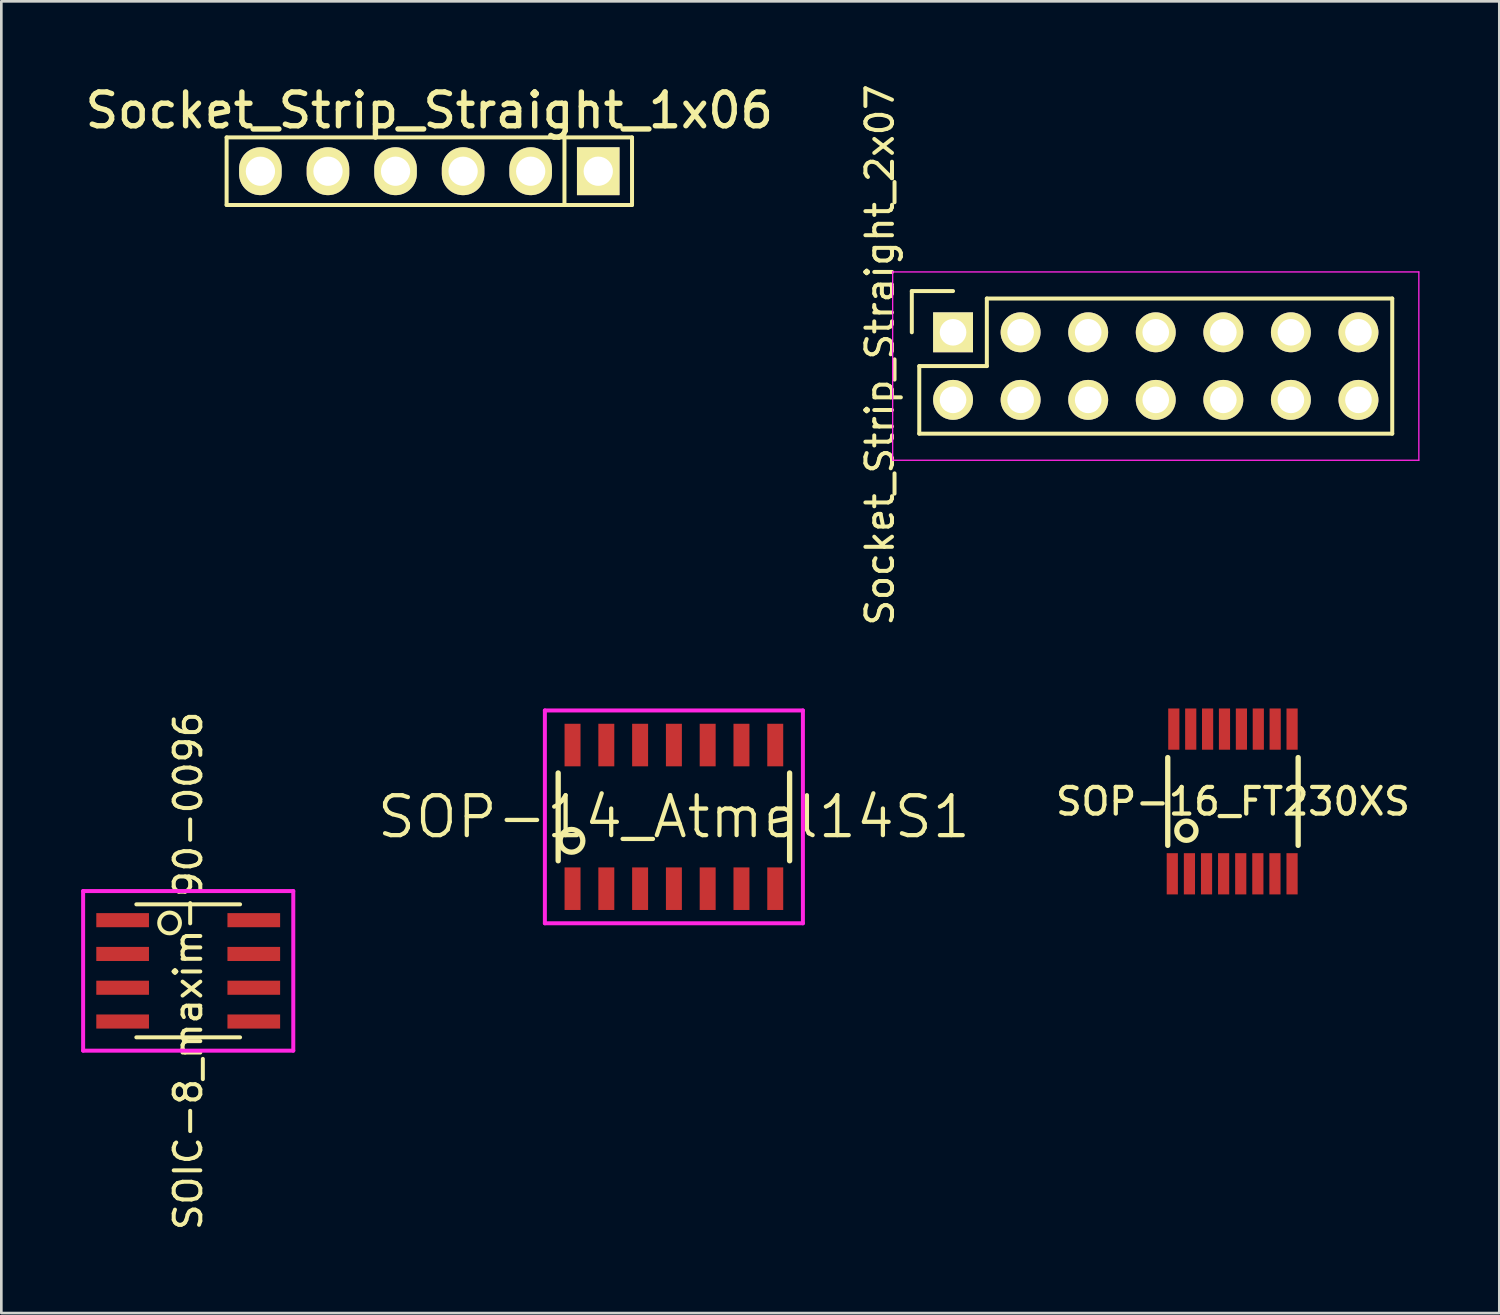
<source format=kicad_pcb>
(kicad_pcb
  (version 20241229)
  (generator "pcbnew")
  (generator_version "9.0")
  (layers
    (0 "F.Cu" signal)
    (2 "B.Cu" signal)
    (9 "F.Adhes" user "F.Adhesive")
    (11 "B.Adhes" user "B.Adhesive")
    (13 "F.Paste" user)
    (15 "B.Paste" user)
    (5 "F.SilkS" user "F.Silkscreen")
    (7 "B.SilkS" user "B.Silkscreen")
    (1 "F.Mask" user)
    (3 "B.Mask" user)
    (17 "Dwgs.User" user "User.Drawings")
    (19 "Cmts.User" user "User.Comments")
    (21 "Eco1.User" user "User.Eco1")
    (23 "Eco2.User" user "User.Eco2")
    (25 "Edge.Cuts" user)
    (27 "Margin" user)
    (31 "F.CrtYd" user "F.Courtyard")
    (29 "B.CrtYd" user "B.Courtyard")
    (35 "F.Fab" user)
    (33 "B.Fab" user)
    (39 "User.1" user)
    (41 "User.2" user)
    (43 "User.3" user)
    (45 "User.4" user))
  (footprint "SOP-16_FT230XS"
    (layer "F.Cu")
    (at 43.299 27.078)
    (property "Reference" "SOP-16_FT230XS" (at 0 0 0) (layer "F.SilkS") (effects (font (size 1 1) (thickness 0.16))))
    (attr through_hole)
    (fp_line (start -2.451 -1.65) (end -2.451 1.65) (stroke (width 0.2) (type solid)) (layer "F.SilkS"))
    (fp_line (start 2.451 -1.65) (end 2.451 1.65) (stroke (width 0.2) (type solid)) (layer "F.SilkS"))
    (fp_circle (center -1.75 1.1) (end -1.95 1.4) (stroke (width 0.2) (type solid)) (fill no) (layer "F.SilkS"))
    (pad "1" smd rect (at -2.28 2.72) (size 0.42 1.55) (layers "F.Cu" "F.Mask" "F.Paste"))
    (pad "2" smd rect (at -1.636 2.72) (size 0.42 1.55) (layers "F.Cu" "F.Mask" "F.Paste"))
    (pad "3" smd rect (at -0.993 2.72) (size 0.42 1.55) (layers "F.Cu" "F.Mask" "F.Paste"))
    (pad "4" smd rect (at -0.35 2.72) (size 0.42 1.55) (layers "F.Cu" "F.Mask" "F.Paste"))
    (pad "5" smd rect (at 0.293 2.72) (size 0.42 1.55) (layers "F.Cu" "F.Mask" "F.Paste"))
    (pad "6" smd rect (at 0.936 2.72) (size 0.42 1.55) (layers "F.Cu" "F.Mask" "F.Paste"))
    (pad "7" smd rect (at 1.579 2.72) (size 0.42 1.55) (layers "F.Cu" "F.Mask" "F.Paste"))
    (pad "8" smd rect (at 2.222 2.72) (size 0.42 1.55) (layers "F.Cu" "F.Mask" "F.Paste"))
    (pad "9" smd rect (at 2.223 -2.72) (size 0.42 1.55) (layers "F.Cu" "F.Mask" "F.Paste"))
    (pad "10" smd rect (at 1.587 -2.72) (size 0.42 1.55) (layers "F.Cu" "F.Mask" "F.Paste"))
    (pad "11" smd rect (at 0.953 -2.72) (size 0.42 1.55) (layers "F.Cu" "F.Mask" "F.Paste"))
    (pad "12" smd rect (at 0.318 -2.72) (size 0.42 1.55) (layers "F.Cu" "F.Mask" "F.Paste"))
    (pad "13" smd rect (at -0.318 -2.72) (size 0.42 1.55) (layers "F.Cu" "F.Mask" "F.Paste"))
    (pad "14" smd rect (at -0.953 -2.72) (size 0.42 1.55) (layers "F.Cu" "F.Mask" "F.Paste"))
    (pad "15" smd rect (at -1.587 -2.72) (size 0.42 1.55) (layers "F.Cu" "F.Mask" "F.Paste"))
    (pad "16" smd rect (at -2.223 -2.72) (size 0.42 1.55) (layers "F.Cu" "F.Mask" "F.Paste")))
  (footprint "Socket_Strip_Straight_1x06"
    (layer "F.Cu")
    (at 13.089 3.386)
    (property "Reference" "Socket_Strip_Straight_1x06" (at 0 -2.286 0) (layer "F.SilkS") (effects (font (size 1.27 1.27) (thickness 0.203))))
    (attr through_hole)
    (fp_line (start -7.62 -1.27) (end -7.62 1.27) (stroke (width 0.15) (type solid)) (layer "F.SilkS"))
    (fp_line (start -7.62 1.27) (end 5.08 1.27) (stroke (width 0.15) (type solid)) (layer "F.SilkS"))
    (fp_line (start 5.08 -1.27) (end -7.62 -1.27) (stroke (width 0.15) (type solid)) (layer "F.SilkS"))
    (fp_line (start 5.08 -1.27) (end 5.08 1.27) (stroke (width 0.15) (type solid)) (layer "F.SilkS"))
    (fp_line (start 7.62 -1.27) (end 5.08 -1.27) (stroke (width 0.15) (type solid)) (layer "F.SilkS"))
    (fp_line (start 7.62 -1.27) (end 7.62 1.27) (stroke (width 0.15) (type solid)) (layer "F.SilkS"))
    (fp_line (start 7.62 1.27) (end 5.08 1.27) (stroke (width 0.15) (type solid)) (layer "F.SilkS"))
    (pad "1" thru_hole rect (at 6.35 0 180) (size 1.6 1.8) (drill 1.1) (layers "*.Cu" "*.Mask" "F.SilkS"))
    (pad "2" thru_hole oval (at 3.81 0 180) (size 1.6 1.8) (drill 1.1) (layers "*.Cu" "*.Mask" "F.SilkS"))
    (pad "3" thru_hole oval (at 1.27 0 180) (size 1.6 1.8) (drill 1.1) (layers "*.Cu" "*.Mask" "F.SilkS"))
    (pad "4" thru_hole oval (at -1.27 0 180) (size 1.6 1.8) (drill 1.1) (layers "*.Cu" "*.Mask" "F.SilkS"))
    (pad "5" thru_hole oval (at -3.81 0 180) (size 1.6 1.8) (drill 1.1) (layers "*.Cu" "*.Mask" "F.SilkS"))
    (pad "6" thru_hole oval (at -6.35 0 180) (size 1.6 1.8) (drill 1.1) (layers "*.Cu" "*.Mask" "F.SilkS")))
  (footprint "Socket_Strip_Straight_2x07"
    (layer "F.Cu")
    (at 32.777 9.442)
    (property "Reference" "Socket_Strip_Straight_2x07" (at -2.75 0.85 90) (layer "F.SilkS") (effects (font (size 1 1) (thickness 0.15))))
    (attr through_hole)
    (fp_line (start -1.55 -1.55) (end -1.55 0) (stroke (width 0.15) (type solid)) (layer "F.SilkS"))
    (fp_line (start -1.27 1.27) (end 1.27 1.27) (stroke (width 0.15) (type solid)) (layer "F.SilkS"))
    (fp_line (start -1.27 3.81) (end -1.27 1.27) (stroke (width 0.15) (type solid)) (layer "F.SilkS"))
    (fp_line (start 0 -1.55) (end -1.55 -1.55) (stroke (width 0.15) (type solid)) (layer "F.SilkS"))
    (fp_line (start 1.27 -1.27) (end 16.51 -1.27) (stroke (width 0.15) (type solid)) (layer "F.SilkS"))
    (fp_line (start 1.27 1.27) (end 1.27 -1.27) (stroke (width 0.15) (type solid)) (layer "F.SilkS"))
    (fp_line (start 16.51 3.81) (end -1.27 3.81) (stroke (width 0.15) (type solid)) (layer "F.SilkS"))
    (fp_line (start 16.51 3.81) (end 16.51 -1.27) (stroke (width 0.15) (type solid)) (layer "F.SilkS"))
    (fp_line (start -2.27 -2.27) (end -2.27 4.81) (stroke (width 0.05) (type solid)) (layer "F.CrtYd"))
    (fp_line (start -2.27 -2.27) (end 17.51 -2.27) (stroke (width 0.05) (type solid)) (layer "F.CrtYd"))
    (fp_line (start -2.27 4.81) (end 17.51 4.81) (stroke (width 0.05) (type solid)) (layer "F.CrtYd"))
    (fp_line (start 17.51 -2.27) (end 17.51 4.81) (stroke (width 0.05) (type solid)) (layer "F.CrtYd"))
    (pad "1" thru_hole rect (at 0 0) (size 1.5 1.5) (drill 1) (layers "*.Cu" "*.Mask" "F.SilkS"))
    (pad "2" thru_hole circle (at 0 2.54) (size 1.5 1.5) (drill 1) (layers "*.Cu" "*.Mask" "F.SilkS"))
    (pad "3" thru_hole circle (at 2.54 0) (size 1.5 1.5) (drill 1) (layers "*.Cu" "*.Mask" "F.SilkS"))
    (pad "4" thru_hole circle (at 2.54 2.54) (size 1.5 1.5) (drill 1) (layers "*.Cu" "*.Mask" "F.SilkS"))
    (pad "5" thru_hole circle (at 5.08 0) (size 1.5 1.5) (drill 1) (layers "*.Cu" "*.Mask" "F.SilkS"))
    (pad "6" thru_hole circle (at 5.08 2.54) (size 1.5 1.5) (drill 1) (layers "*.Cu" "*.Mask" "F.SilkS"))
    (pad "7" thru_hole circle (at 7.62 0) (size 1.5 1.5) (drill 1) (layers "*.Cu" "*.Mask" "F.SilkS"))
    (pad "8" thru_hole circle (at 7.62 2.54) (size 1.5 1.5) (drill 1) (layers "*.Cu" "*.Mask" "F.SilkS"))
    (pad "9" thru_hole circle (at 10.16 0) (size 1.5 1.5) (drill 1) (layers "*.Cu" "*.Mask" "F.SilkS"))
    (pad "10" thru_hole circle (at 10.16 2.54) (size 1.5 1.5) (drill 1) (layers "*.Cu" "*.Mask" "F.SilkS"))
    (pad "11" thru_hole circle (at 12.7 0) (size 1.5 1.5) (drill 1) (layers "*.Cu" "*.Mask" "F.SilkS"))
    (pad "12" thru_hole circle (at 12.7 2.54) (size 1.5 1.5) (drill 1) (layers "*.Cu" "*.Mask" "F.SilkS"))
    (pad "13" thru_hole circle (at 15.24 0) (size 1.5 1.5) (drill 1) (layers "*.Cu" "*.Mask" "F.SilkS"))
    (pad "14" thru_hole circle (at 15.24 2.54) (size 1.5 1.5) (drill 1) (layers "*.Cu" "*.Mask" "F.SilkS")))
  (footprint "SOIC-8_maxim-90-0096"
    (layer "F.Cu")
    (at 4.025 33.446)
    (property "Reference" "SOIC-8_maxim-90-0096" (at 0 0 90) (layer "F.SilkS") (effects (font (size 1 1) (thickness 0.15))))
    (attr through_hole)
    (fp_line (start -1.95 -2.5) (end 1.95 -2.5) (stroke (width 0.15) (type solid)) (layer "F.SilkS"))
    (fp_line (start -1.95 2.5) (end 1.95 2.5) (stroke (width 0.15) (type solid)) (layer "F.SilkS"))
    (fp_circle (center -0.7 -1.8) (end -0.4 -1.55) (stroke (width 0.15) (type solid)) (fill no) (layer "F.SilkS"))
    (fp_line (start -3.95 -3) (end 3.95 -3) (stroke (width 0.15) (type solid)) (layer "F.CrtYd"))
    (fp_line (start -3.95 3) (end -3.95 -3) (stroke (width 0.15) (type solid)) (layer "F.CrtYd"))
    (fp_line (start 3.95 -3) (end 3.95 3) (stroke (width 0.15) (type solid)) (layer "F.CrtYd"))
    (fp_line (start 3.95 3) (end -3.95 3) (stroke (width 0.15) (type solid)) (layer "F.CrtYd"))
    (pad "1" smd rect (at -2.465 -1.905) (size 1.98 0.53) (layers "F.Cu" "F.Mask" "F.Paste"))
    (pad "2" smd rect (at -2.465 -0.635) (size 1.98 0.53) (layers "F.Cu" "F.Mask" "F.Paste"))
    (pad "3" smd rect (at -2.465 0.635) (size 1.98 0.53) (layers "F.Cu" "F.Mask" "F.Paste"))
    (pad "4" smd rect (at -2.465 1.905) (size 1.98 0.53) (layers "F.Cu" "F.Mask" "F.Paste"))
    (pad "5" smd rect (at 2.465 1.905) (size 1.98 0.53) (layers "F.Cu" "F.Mask" "F.Paste"))
    (pad "6" smd rect (at 2.465 0.635) (size 1.98 0.53) (layers "F.Cu" "F.Mask" "F.Paste"))
    (pad "7" smd rect (at 2.465 -0.635) (size 1.98 0.53) (layers "F.Cu" "F.Mask" "F.Paste"))
    (pad "8" smd rect (at 2.465 -1.905) (size 1.98 0.53) (layers "F.Cu" "F.Mask" "F.Paste")))
  (footprint "SOP-14_Atmel14S1"
    (layer "F.Cu")
    (at 22.283 27.658)
    (property "Reference" "SOP-14_Atmel14S1" (at 0 0 0) (layer "F.SilkS") (effects (font (size 1.5 1.5) (thickness 0.16))))
    (attr through_hole)
    (fp_line (start -4.35 -1.65) (end -4.35 1.65) (stroke (width 0.2) (type solid)) (layer "F.SilkS"))
    (fp_line (start 4.35 -1.65) (end 4.35 1.65) (stroke (width 0.2) (type solid)) (layer "F.SilkS"))
    (fp_circle (center -3.85 0.9) (end -3.45 0.75) (stroke (width 0.2) (type solid)) (fill no) (layer "F.SilkS"))
    (fp_line (start -4.85 -4) (end -4.85 4) (stroke (width 0.15) (type solid)) (layer "F.CrtYd"))
    (fp_line (start -4.85 4) (end 4.85 4) (stroke (width 0.15) (type solid)) (layer "F.CrtYd"))
    (fp_line (start 4.85 -4) (end -4.85 -4) (stroke (width 0.15) (type solid)) (layer "F.CrtYd"))
    (fp_line (start 4.85 4) (end 4.85 -4) (stroke (width 0.15) (type solid)) (layer "F.CrtYd"))
    (pad "1" smd rect (at -3.81 2.7) (size 0.6 1.6) (layers "F.Cu" "F.Mask" "F.Paste"))
    (pad "2" smd rect (at -2.54 2.7) (size 0.6 1.6) (layers "F.Cu" "F.Mask" "F.Paste"))
    (pad "3" smd rect (at -1.27 2.7) (size 0.6 1.6) (layers "F.Cu" "F.Mask" "F.Paste"))
    (pad "4" smd rect (at 0 2.7) (size 0.6 1.6) (layers "F.Cu" "F.Mask" "F.Paste"))
    (pad "5" smd rect (at 1.27 2.7) (size 0.6 1.6) (layers "F.Cu" "F.Mask" "F.Paste"))
    (pad "6" smd rect (at 2.54 2.7) (size 0.6 1.6) (layers "F.Cu" "F.Mask" "F.Paste"))
    (pad "7" smd rect (at 3.81 2.7) (size 0.6 1.6) (layers "F.Cu" "F.Mask" "F.Paste"))
    (pad "8" smd rect (at 3.81 -2.7) (size 0.6 1.6) (layers "F.Cu" "F.Mask" "F.Paste"))
    (pad "9" smd rect (at 2.54 -2.7) (size 0.6 1.6) (layers "F.Cu" "F.Mask" "F.Paste"))
    (pad "10" smd rect (at 1.27 -2.7) (size 0.6 1.6) (layers "F.Cu" "F.Mask" "F.Paste"))
    (pad "11" smd rect (at 0 -2.7) (size 0.6 1.6) (layers "F.Cu" "F.Mask" "F.Paste"))
    (pad "12" smd rect (at -1.27 -2.7) (size 0.6 1.6) (layers "F.Cu" "F.Mask" "F.Paste"))
    (pad "13" smd rect (at -2.54 -2.7) (size 0.6 1.6) (layers "F.Cu" "F.Mask" "F.Paste"))
    (pad "14" smd rect (at -3.81 -2.7) (size 0.6 1.6) (layers "F.Cu" "F.Mask" "F.Paste")))
  (gr_rect
    (start -3 -3)
    (end 53.312 46.31)
    (stroke (width 0.1) (type default))
    (fill no)
    (layer "Edge.Cuts")))
</source>
